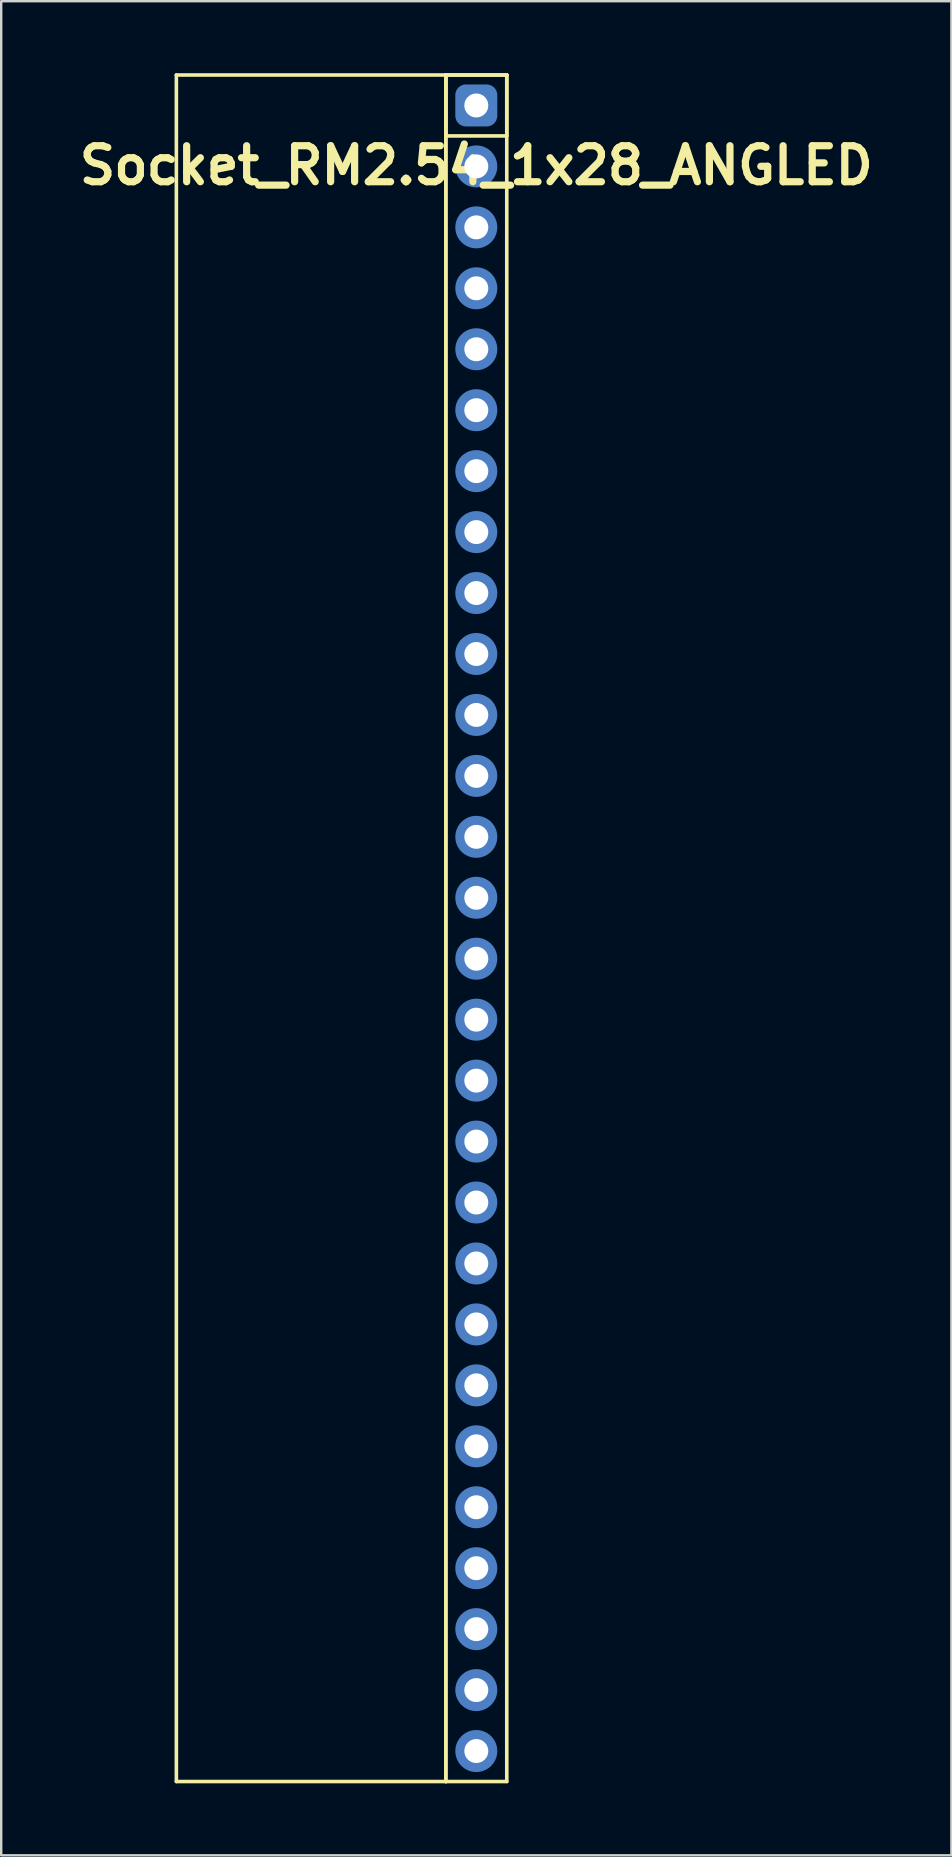
<source format=kicad_pcb>
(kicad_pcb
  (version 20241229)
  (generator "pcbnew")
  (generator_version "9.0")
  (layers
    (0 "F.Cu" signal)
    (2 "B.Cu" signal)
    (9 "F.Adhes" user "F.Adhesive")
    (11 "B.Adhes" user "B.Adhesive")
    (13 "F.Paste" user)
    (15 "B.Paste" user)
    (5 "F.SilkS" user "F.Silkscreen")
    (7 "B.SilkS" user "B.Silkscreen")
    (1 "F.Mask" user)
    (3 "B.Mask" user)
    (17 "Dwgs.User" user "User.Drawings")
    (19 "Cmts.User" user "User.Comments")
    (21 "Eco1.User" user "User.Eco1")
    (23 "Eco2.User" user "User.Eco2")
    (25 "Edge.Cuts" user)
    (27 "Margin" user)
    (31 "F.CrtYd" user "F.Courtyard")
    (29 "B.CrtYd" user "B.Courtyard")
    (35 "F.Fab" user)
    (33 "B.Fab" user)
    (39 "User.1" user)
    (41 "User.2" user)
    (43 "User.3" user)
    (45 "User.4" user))
  (footprint "Socket_RM2.54_1x28_ANGLED"
    (layer "F.Cu")
    (at 16.8 1.345)
    (property "Reference" "Socket_RM2.54_1x28_ANGLED" (at 0 2.5 0) (layer "F.SilkS") (effects (font (size 1.5 1.5) (thickness 0.3))))
    (attr through_hole)
    (fp_line (start -12.5 -1.27) (end -1.27 -1.27) (stroke (width 0.15) (type solid)) (layer "F.SilkS"))
    (fp_line (start -12.5 69.85) (end -12.5 -1.27) (stroke (width 0.15) (type solid)) (layer "F.SilkS"))
    (fp_line (start -1.27 -1.27) (end -1.27 69.85) (stroke (width 0.15) (type solid)) (layer "F.SilkS"))
    (fp_line (start -1.27 -1.27) (end 1.27 -1.27) (stroke (width 0.15) (type solid)) (layer "F.SilkS"))
    (fp_line (start -1.27 -1.27) (end 1.27 -1.27) (stroke (width 0.15) (type solid)) (layer "F.SilkS"))
    (fp_line (start -1.27 1.27) (end -1.27 -1.27) (stroke (width 0.15) (type solid)) (layer "F.SilkS"))
    (fp_line (start -1.27 69.85) (end -12.5 69.85) (stroke (width 0.15) (type solid)) (layer "F.SilkS"))
    (fp_line (start -1.27 69.85) (end -1.27 -1.27) (stroke (width 0.15) (type solid)) (layer "F.SilkS"))
    (fp_line (start 1.27 -1.27) (end 1.27 1.27) (stroke (width 0.15) (type solid)) (layer "F.SilkS"))
    (fp_line (start 1.27 -1.27) (end 1.27 69.85) (stroke (width 0.15) (type solid)) (layer "F.SilkS"))
    (fp_line (start 1.27 1.27) (end -1.27 1.27) (stroke (width 0.15) (type solid)) (layer "F.SilkS"))
    (fp_line (start 1.27 69.85) (end -1.27 69.85) (stroke (width 0.15) (type solid)) (layer "F.SilkS"))
    (pad "1" thru_hole circle (at 0 0) (size 1.3 1.3) (drill 1) (layers "*.Cu" "*.Mask"))
    (pad "1" smd roundrect (at 0 0) (size 1.5 1.5) (layers "F.Cu" "F.Mask") (roundrect_rratio 0.25))
    (pad "1" smd roundrect (at 0 0) (size 1.75 1.75) (layers "B.Cu" "B.Mask") (roundrect_rratio 0.25))
    (pad "2" thru_hole circle (at 0 2.54) (size 1.3 1.3) (drill 1) (layers "*.Cu" "*.Mask"))
    (pad "2" smd circle (at 0 2.54) (size 1.5 1.5) (layers "F.Cu" "F.Mask"))
    (pad "2" smd circle (at 0 2.54) (size 1.75 1.75) (layers "B.Cu" "B.Mask"))
    (pad "3" thru_hole circle (at 0 5.08) (size 1.3 1.3) (drill 1) (layers "*.Cu" "*.Mask"))
    (pad "3" smd circle (at 0 5.08) (size 1.5 1.5) (layers "F.Cu" "F.Mask"))
    (pad "3" smd circle (at 0 5.08) (size 1.75 1.75) (layers "B.Cu" "B.Mask"))
    (pad "4" thru_hole circle (at 0 7.62) (size 1.3 1.3) (drill 1) (layers "*.Cu" "*.Mask"))
    (pad "4" smd circle (at 0 7.62) (size 1.5 1.5) (layers "F.Cu" "F.Mask"))
    (pad "4" smd circle (at 0 7.62) (size 1.75 1.75) (layers "B.Cu" "B.Mask"))
    (pad "5" thru_hole circle (at 0 10.16) (size 1.3 1.3) (drill 1) (layers "*.Cu" "*.Mask"))
    (pad "5" smd circle (at 0 10.16) (size 1.5 1.5) (layers "F.Cu" "F.Mask"))
    (pad "5" smd circle (at 0 10.16) (size 1.75 1.75) (layers "B.Cu" "B.Mask"))
    (pad "6" thru_hole circle (at 0 12.7) (size 1.3 1.3) (drill 1) (layers "*.Cu" "*.Mask"))
    (pad "6" smd circle (at 0 12.7) (size 1.5 1.5) (layers "F.Cu" "F.Mask"))
    (pad "6" smd circle (at 0 12.7) (size 1.75 1.75) (layers "B.Cu" "B.Mask"))
    (pad "7" thru_hole circle (at 0 15.24) (size 1.3 1.3) (drill 1) (layers "*.Cu" "*.Mask"))
    (pad "7" smd circle (at 0 15.24) (size 1.5 1.5) (layers "F.Cu" "F.Mask"))
    (pad "7" smd circle (at 0 15.24) (size 1.75 1.75) (layers "B.Cu" "B.Mask"))
    (pad "8" thru_hole circle (at 0 17.78) (size 1.3 1.3) (drill 1) (layers "*.Cu" "*.Mask"))
    (pad "8" smd circle (at 0 17.78) (size 1.5 1.5) (layers "F.Cu" "F.Mask"))
    (pad "8" smd circle (at 0 17.78) (size 1.75 1.75) (layers "B.Cu" "B.Mask"))
    (pad "9" thru_hole circle (at 0 20.32) (size 1.3 1.3) (drill 1) (layers "*.Cu" "*.Mask"))
    (pad "9" smd circle (at 0 20.32) (size 1.5 1.5) (layers "F.Cu" "F.Mask"))
    (pad "9" smd circle (at 0 20.32) (size 1.75 1.75) (layers "B.Cu" "B.Mask"))
    (pad "10" thru_hole circle (at 0 22.86) (size 1.3 1.3) (drill 1) (layers "*.Cu" "*.Mask"))
    (pad "10" smd circle (at 0 22.86) (size 1.5 1.5) (layers "F.Cu" "F.Mask"))
    (pad "10" smd circle (at 0 22.86) (size 1.75 1.75) (layers "B.Cu" "B.Mask"))
    (pad "11" thru_hole circle (at 0 25.4) (size 1.3 1.3) (drill 1) (layers "*.Cu" "*.Mask"))
    (pad "11" smd circle (at 0 25.4) (size 1.5 1.5) (layers "F.Cu" "F.Mask"))
    (pad "11" smd circle (at 0 25.4) (size 1.75 1.75) (layers "B.Cu" "B.Mask"))
    (pad "12" thru_hole circle (at 0 27.94) (size 1.3 1.3) (drill 1) (layers "*.Cu" "*.Mask"))
    (pad "12" smd circle (at 0 27.94) (size 1.5 1.5) (layers "F.Cu" "F.Mask"))
    (pad "12" smd circle (at 0 27.94) (size 1.75 1.75) (layers "B.Cu" "B.Mask"))
    (pad "13" thru_hole circle (at 0 30.48) (size 1.3 1.3) (drill 1) (layers "*.Cu" "*.Mask"))
    (pad "13" smd circle (at 0 30.48) (size 1.5 1.5) (layers "F.Cu" "F.Mask"))
    (pad "13" smd circle (at 0 30.48) (size 1.75 1.75) (layers "B.Cu" "B.Mask"))
    (pad "14" thru_hole circle (at 0 33.02) (size 1.3 1.3) (drill 1) (layers "*.Cu" "*.Mask"))
    (pad "14" smd circle (at 0 33.02) (size 1.5 1.5) (layers "F.Cu" "F.Mask"))
    (pad "14" smd circle (at 0 33.02) (size 1.75 1.75) (layers "B.Cu" "B.Mask"))
    (pad "15" thru_hole circle (at 0 35.56) (size 1.3 1.3) (drill 1) (layers "*.Cu" "*.Mask"))
    (pad "15" smd circle (at 0 35.56) (size 1.5 1.5) (layers "F.Cu" "F.Mask"))
    (pad "15" smd circle (at 0 35.56) (size 1.75 1.75) (layers "B.Cu" "B.Mask"))
    (pad "16" thru_hole circle (at 0 38.1) (size 1.3 1.3) (drill 1) (layers "*.Cu" "*.Mask"))
    (pad "16" smd circle (at 0 38.1) (size 1.5 1.5) (layers "F.Cu" "F.Mask"))
    (pad "16" smd circle (at 0 38.1) (size 1.75 1.75) (layers "B.Cu" "B.Mask"))
    (pad "17" thru_hole circle (at 0 40.64) (size 1.3 1.3) (drill 1) (layers "*.Cu" "*.Mask"))
    (pad "17" smd circle (at 0 40.64) (size 1.5 1.5) (layers "F.Cu" "F.Mask"))
    (pad "17" smd circle (at 0 40.64) (size 1.75 1.75) (layers "B.Cu" "B.Mask"))
    (pad "18" thru_hole circle (at 0 43.18) (size 1.3 1.3) (drill 1) (layers "*.Cu" "*.Mask"))
    (pad "18" smd circle (at 0 43.18) (size 1.5 1.5) (layers "F.Cu" "F.Mask"))
    (pad "18" smd circle (at 0 43.18) (size 1.75 1.75) (layers "B.Cu" "B.Mask"))
    (pad "19" thru_hole circle (at 0 45.72) (size 1.3 1.3) (drill 1) (layers "*.Cu" "*.Mask"))
    (pad "19" smd circle (at 0 45.72) (size 1.5 1.5) (layers "F.Cu" "F.Mask"))
    (pad "19" smd circle (at 0 45.72) (size 1.75 1.75) (layers "B.Cu" "B.Mask"))
    (pad "20" thru_hole circle (at 0 48.26) (size 1.3 1.3) (drill 1) (layers "*.Cu" "*.Mask"))
    (pad "20" smd circle (at 0 48.26) (size 1.5 1.5) (layers "F.Cu" "F.Mask"))
    (pad "20" smd circle (at 0 48.26) (size 1.75 1.75) (layers "B.Cu" "B.Mask"))
    (pad "21" thru_hole circle (at 0 50.8) (size 1.3 1.3) (drill 1) (layers "*.Cu" "*.Mask"))
    (pad "21" smd circle (at 0 50.8) (size 1.5 1.5) (layers "F.Cu" "F.Mask"))
    (pad "21" smd circle (at 0 50.8) (size 1.75 1.75) (layers "B.Cu" "B.Mask"))
    (pad "22" thru_hole circle (at 0 53.34) (size 1.3 1.3) (drill 1) (layers "*.Cu" "*.Mask"))
    (pad "22" smd circle (at 0 53.34) (size 1.5 1.5) (layers "F.Cu" "F.Mask"))
    (pad "22" smd circle (at 0 53.34) (size 1.75 1.75) (layers "B.Cu" "B.Mask"))
    (pad "23" thru_hole circle (at 0 55.88) (size 1.3 1.3) (drill 1) (layers "*.Cu" "*.Mask"))
    (pad "23" smd circle (at 0 55.88) (size 1.5 1.5) (layers "F.Cu" "F.Mask"))
    (pad "23" smd circle (at 0 55.88) (size 1.75 1.75) (layers "B.Cu" "B.Mask"))
    (pad "24" thru_hole circle (at 0 58.42) (size 1.3 1.3) (drill 1) (layers "*.Cu" "*.Mask"))
    (pad "24" smd circle (at 0 58.42) (size 1.5 1.5) (layers "F.Cu" "F.Mask"))
    (pad "24" smd circle (at 0 58.42) (size 1.75 1.75) (layers "B.Cu" "B.Mask"))
    (pad "25" thru_hole circle (at 0 60.96) (size 1.3 1.3) (drill 1) (layers "*.Cu" "*.Mask"))
    (pad "25" smd circle (at 0 60.96) (size 1.5 1.5) (layers "F.Cu" "F.Mask"))
    (pad "25" smd circle (at 0 60.96) (size 1.75 1.75) (layers "B.Cu" "B.Mask"))
    (pad "26" thru_hole circle (at 0 63.5) (size 1.3 1.3) (drill 1) (layers "*.Cu" "*.Mask"))
    (pad "26" smd circle (at 0 63.5) (size 1.5 1.5) (layers "F.Cu" "F.Mask"))
    (pad "26" smd circle (at 0 63.5) (size 1.75 1.75) (layers "B.Cu" "B.Mask"))
    (pad "27" thru_hole circle (at 0 66.04) (size 1.3 1.3) (drill 1) (layers "*.Cu" "*.Mask"))
    (pad "27" smd circle (at 0 66.04) (size 1.5 1.5) (layers "F.Cu" "F.Mask"))
    (pad "27" smd circle (at 0 66.04) (size 1.75 1.75) (layers "B.Cu" "B.Mask"))
    (pad "28" thru_hole circle (at 0 68.58) (size 1.3 1.3) (drill 1) (layers "*.Cu" "*.Mask"))
    (pad "28" smd circle (at 0 68.58) (size 1.5 1.5) (layers "F.Cu" "F.Mask"))
    (pad "28" smd circle (at 0 68.58) (size 1.75 1.75) (layers "B.Cu" "B.Mask")))
  (gr_rect
    (start -3 -3)
    (end 36.6 74.27)
    (stroke (width 0.1) (type default))
    (fill no)
    (layer "Edge.Cuts")))
</source>
